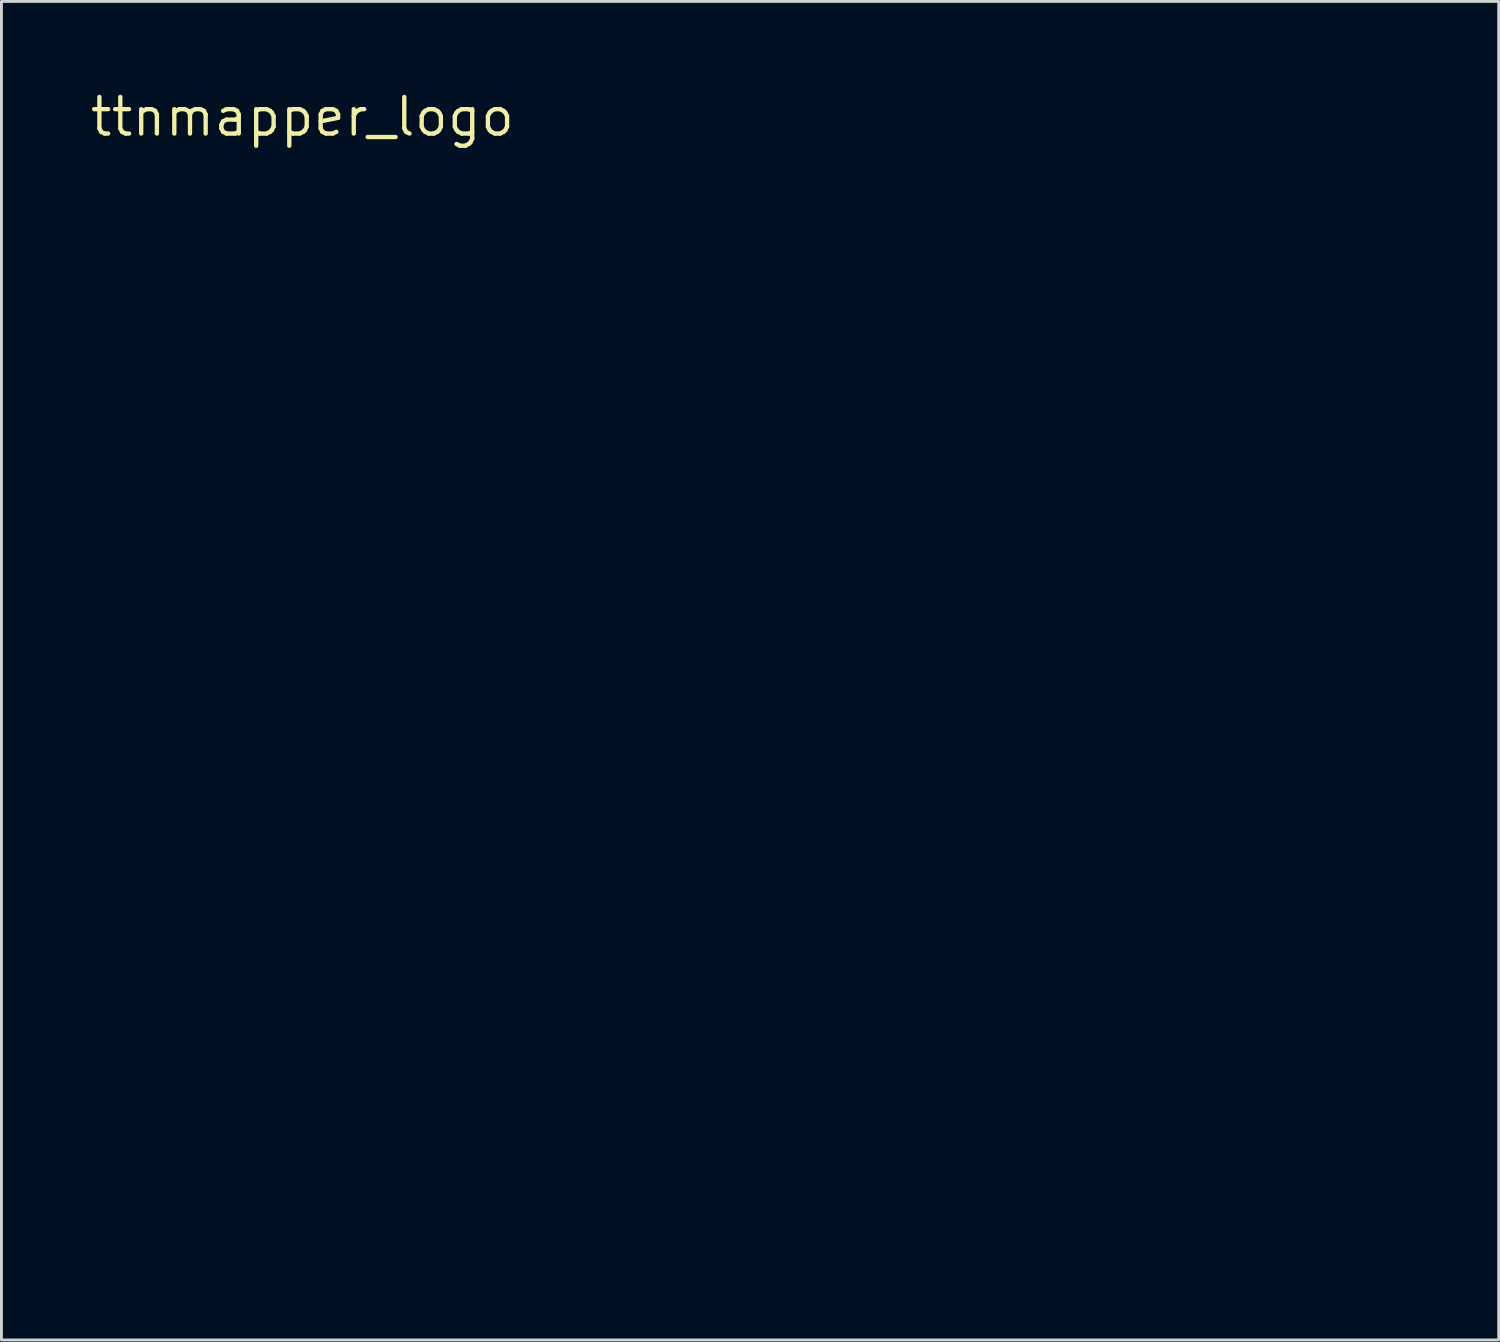
<source format=kicad_pcb>
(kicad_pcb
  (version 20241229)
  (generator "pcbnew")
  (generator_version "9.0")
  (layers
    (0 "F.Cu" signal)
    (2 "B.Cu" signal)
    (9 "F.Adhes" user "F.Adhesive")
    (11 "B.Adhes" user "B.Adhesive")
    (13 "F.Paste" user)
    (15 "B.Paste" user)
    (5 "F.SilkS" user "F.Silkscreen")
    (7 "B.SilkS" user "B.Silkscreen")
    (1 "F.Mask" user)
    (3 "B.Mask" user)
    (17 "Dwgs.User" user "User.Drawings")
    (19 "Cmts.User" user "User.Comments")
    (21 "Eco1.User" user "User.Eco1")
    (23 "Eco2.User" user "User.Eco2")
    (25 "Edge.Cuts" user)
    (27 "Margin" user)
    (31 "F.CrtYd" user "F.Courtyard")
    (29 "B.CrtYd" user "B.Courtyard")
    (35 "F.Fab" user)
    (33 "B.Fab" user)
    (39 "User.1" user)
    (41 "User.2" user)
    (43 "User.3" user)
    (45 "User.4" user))
  (footprint "ttnmapper_logo"
    (layer "F.Cu")
    (at 7.446 1.006)
    (property "Reference" "ttnmapper_logo" (at 0 0 0) (layer "F.SilkS") (effects (font (size 1.27 1.27) (thickness 0.15))))
    (attr through_hole)
    (fp_poly (pts (xy 4.953 35.348) (xy 3.683 35.348) (xy 3.683 38.354) (xy 2.455 38.354) (xy 2.455 35.348) (xy 1.185 35.348) (xy 1.185 34.375) (xy 4.953 34.375) (xy 4.953 35.348)) (stroke (width 0.01) (type solid)) (fill yes) (layer "F.Mask"))
    (fp_poly (pts (xy 8.975 35.348) (xy 7.705 35.348) (xy 7.705 38.354) (xy 6.477 38.354) (xy 6.477 35.348) (xy 5.207 35.348) (xy 5.207 34.375) (xy 8.975 34.375) (xy 8.975 35.348)) (stroke (width 0.01) (type solid)) (fill yes) (layer "F.Mask"))
    (fp_poly (pts (xy 11.438 35.452) (xy 12.171 36.529) (xy 12.193 34.375) (xy 13.377 34.375) (xy 13.377 38.354) (xy 12.197 38.354) (xy 11.464 37.279) (xy 10.732 36.203) (xy 10.72 37.279) (xy 10.709 38.354) (xy 9.525 38.354) (xy 9.525 34.375) (xy 10.706 34.375) (xy 11.438 35.452)) (stroke (width 0.01) (type solid)) (fill yes) (layer "F.Mask"))
    (fp_poly (pts (xy 38.247 35.44) (xy 38.287 35.451) (xy 38.414 35.493) (xy 38.5 35.53) (xy 38.524 35.551) (xy 38.509 35.601) (xy 38.468 35.71) (xy 38.408 35.859) (xy 38.37 35.951) (xy 38.216 36.321) (xy 37.995 36.295) (xy 37.804 36.29) (xy 37.668 36.334) (xy 37.565 36.438) (xy 37.494 36.569) (xy 37.462 36.649) (xy 37.438 36.736) (xy 37.42 36.845) (xy 37.407 36.99) (xy 37.398 37.185) (xy 37.391 37.444) (xy 37.388 37.56) (xy 37.371 38.354) (xy 36.28 38.354) (xy 36.28 35.475) (xy 37.296 35.475) (xy 37.296 35.911) (xy 37.422 35.737) (xy 37.593 35.548) (xy 37.78 35.437) (xy 37.995 35.403) (xy 38.247 35.44)) (stroke (width 0.01) (type solid)) (fill yes) (layer "F.Mask"))
    (fp_poly (pts (xy 17.967 35.507) (xy 18.044 35.806) (xy 18.115 36.079) (xy 18.178 36.315) (xy 18.229 36.504) (xy 18.265 36.633) (xy 18.284 36.692) (xy 18.285 36.694) (xy 18.303 36.669) (xy 18.338 36.573) (xy 18.387 36.415) (xy 18.447 36.205) (xy 18.516 35.953) (xy 18.582 35.699) (xy 18.658 35.406) (xy 18.728 35.133) (xy 18.789 34.894) (xy 18.839 34.701) (xy 18.874 34.568) (xy 18.889 34.512) (xy 18.927 34.375) (xy 20.532 34.375) (xy 20.532 38.354) (xy 19.517 38.354) (xy 19.494 35.471) (xy 19.166 36.754) (xy 19.083 37.078) (xy 19.005 37.382) (xy 18.934 37.656) (xy 18.875 37.886) (xy 18.829 38.062) (xy 18.8 38.172) (xy 18.794 38.195) (xy 18.75 38.354) (xy 17.835 38.354) (xy 17.458 36.873) (xy 17.081 35.392) (xy 17.059 38.354) (xy 16.044 38.354) (xy 16.044 34.375) (xy 17.677 34.375) (xy 17.967 35.507)) (stroke (width 0.01) (type solid)) (fill yes) (layer "F.Mask"))
    (fp_poly (pts (xy 27.344 35.445) (xy 27.6 35.557) (xy 27.822 35.735) (xy 27.899 35.826) (xy 28 35.979) (xy 28.091 36.147) (xy 28.125 36.225) (xy 28.18 36.43) (xy 28.215 36.686) (xy 28.229 36.963) (xy 28.221 37.229) (xy 28.193 37.428) (xy 28.089 37.735) (xy 27.927 37.992) (xy 27.717 38.193) (xy 27.469 38.334) (xy 27.194 38.41) (xy 26.905 38.417) (xy 26.61 38.349) (xy 26.363 38.228) (xy 26.162 38.103) (xy 26.162 39.455) (xy 25.061 39.455) (xy 25.061 36.937) (xy 26.165 36.937) (xy 26.196 37.183) (xy 26.206 37.219) (xy 26.286 37.384) (xy 26.413 37.507) (xy 26.566 37.579) (xy 26.728 37.593) (xy 26.878 37.543) (xy 26.944 37.492) (xy 27.046 37.339) (xy 27.109 37.142) (xy 27.132 36.922) (xy 27.117 36.702) (xy 27.063 36.506) (xy 26.97 36.354) (xy 26.932 36.319) (xy 26.783 36.25) (xy 26.609 36.238) (xy 26.444 36.283) (xy 26.362 36.338) (xy 26.252 36.493) (xy 26.185 36.7) (xy 26.165 36.937) (xy 25.061 36.937) (xy 25.061 35.475) (xy 26.077 35.475) (xy 26.077 35.666) (xy 26.08 35.779) (xy 26.087 35.848) (xy 26.091 35.856) (xy 26.127 35.83) (xy 26.207 35.762) (xy 26.29 35.686) (xy 26.528 35.52) (xy 26.793 35.426) (xy 27.07 35.401) (xy 27.344 35.445)) (stroke (width 0.01) (type solid)) (fill yes) (layer "F.Mask"))
    (fp_poly (pts (xy 31.09 35.451) (xy 31.348 35.564) (xy 31.565 35.745) (xy 31.747 35.998) (xy 31.803 36.103) (xy 31.859 36.221) (xy 31.897 36.319) (xy 31.921 36.417) (xy 31.934 36.536) (xy 31.939 36.697) (xy 31.94 36.92) (xy 31.941 36.939) (xy 31.94 37.166) (xy 31.935 37.33) (xy 31.924 37.449) (xy 31.901 37.546) (xy 31.863 37.641) (xy 31.807 37.754) (xy 31.792 37.783) (xy 31.619 38.047) (xy 31.402 38.238) (xy 31.138 38.363) (xy 31.007 38.397) (xy 30.735 38.422) (xy 30.465 38.389) (xy 30.22 38.306) (xy 30.026 38.176) (xy 30.025 38.175) (xy 29.93 38.085) (xy 29.93 39.455) (xy 28.787 39.455) (xy 28.787 36.854) (xy 29.923 36.854) (xy 29.93 37.049) (xy 29.955 37.223) (xy 29.99 37.332) (xy 30.103 37.472) (xy 30.256 37.56) (xy 30.427 37.59) (xy 30.591 37.554) (xy 30.644 37.523) (xy 30.761 37.391) (xy 30.834 37.191) (xy 30.861 36.931) (xy 30.861 36.915) (xy 30.836 36.645) (xy 30.763 36.443) (xy 30.642 36.308) (xy 30.475 36.244) (xy 30.392 36.237) (xy 30.216 36.276) (xy 30.065 36.38) (xy 29.966 36.528) (xy 29.965 36.529) (xy 29.934 36.669) (xy 29.923 36.854) (xy 28.787 36.854) (xy 28.787 35.475) (xy 29.845 35.475) (xy 29.845 35.874) (xy 30.004 35.721) (xy 30.254 35.532) (xy 30.522 35.426) (xy 30.81 35.402) (xy 31.09 35.451)) (stroke (width 0.01) (type solid)) (fill yes) (layer "F.Mask"))
    (fp_poly (pts (xy 34.385 35.421) (xy 34.763 35.506) (xy 35.077 35.647) (xy 35.329 35.844) (xy 35.518 36.099) (xy 35.646 36.412) (xy 35.714 36.784) (xy 35.718 36.841) (xy 35.741 37.169) (xy 33.517 37.169) (xy 33.542 37.327) (xy 33.611 37.509) (xy 33.742 37.652) (xy 33.916 37.74) (xy 34.059 37.761) (xy 34.24 37.74) (xy 34.4 37.683) (xy 34.511 37.602) (xy 34.532 37.573) (xy 34.557 37.548) (xy 34.607 37.534) (xy 34.697 37.53) (xy 34.84 37.537) (xy 35.05 37.554) (xy 35.106 37.559) (xy 35.308 37.579) (xy 35.475 37.599) (xy 35.593 37.618) (xy 35.644 37.633) (xy 35.645 37.635) (xy 35.622 37.683) (xy 35.563 37.774) (xy 35.518 37.839) (xy 35.304 38.069) (xy 35.04 38.246) (xy 34.824 38.334) (xy 34.637 38.373) (xy 34.396 38.401) (xy 34.131 38.417) (xy 33.872 38.418) (xy 33.649 38.404) (xy 33.575 38.394) (xy 33.237 38.298) (xy 32.954 38.141) (xy 32.723 37.918) (xy 32.536 37.624) (xy 32.529 37.609) (xy 32.473 37.487) (xy 32.437 37.381) (xy 32.417 37.264) (xy 32.409 37.113) (xy 32.407 36.915) (xy 32.418 36.628) (xy 32.427 36.574) (xy 33.528 36.574) (xy 33.532 36.61) (xy 33.555 36.634) (xy 33.609 36.649) (xy 33.709 36.657) (xy 33.868 36.66) (xy 34.057 36.661) (xy 34.277 36.66) (xy 34.425 36.656) (xy 34.517 36.647) (xy 34.565 36.631) (xy 34.584 36.605) (xy 34.586 36.575) (xy 34.548 36.381) (xy 34.442 36.224) (xy 34.281 36.116) (xy 34.079 36.069) (xy 34.044 36.068) (xy 33.869 36.106) (xy 33.712 36.208) (xy 33.593 36.352) (xy 33.532 36.521) (xy 33.528 36.574) (xy 32.427 36.574) (xy 32.455 36.401) (xy 32.526 36.21) (xy 32.639 36.032) (xy 32.767 35.882) (xy 33.01 35.678) (xy 33.309 35.527) (xy 33.652 35.432) (xy 34.026 35.397) (xy 34.385 35.421)) (stroke (width 0.01) (type solid)) (fill yes) (layer "F.Mask"))
    (fp_poly (pts (xy 23.166 35.426) (xy 23.463 35.457) (xy 23.699 35.511) (xy 23.883 35.594) (xy 24.027 35.708) (xy 24.141 35.859) (xy 24.188 35.946) (xy 24.227 36.028) (xy 24.256 36.104) (xy 24.276 36.188) (xy 24.289 36.294) (xy 24.297 36.439) (xy 24.3 36.636) (xy 24.302 36.9) (xy 24.302 36.955) (xy 24.307 37.329) (xy 24.317 37.631) (xy 24.335 37.872) (xy 24.36 38.065) (xy 24.394 38.22) (xy 24.406 38.26) (xy 24.437 38.357) (xy 23.913 38.345) (xy 23.389 38.333) (xy 23.349 38.195) (xy 23.312 38.099) (xy 23.267 38.066) (xy 23.194 38.094) (xy 23.098 38.163) (xy 22.966 38.245) (xy 22.812 38.319) (xy 22.774 38.333) (xy 22.59 38.38) (xy 22.366 38.41) (xy 22.134 38.421) (xy 21.929 38.412) (xy 21.832 38.395) (xy 21.564 38.293) (xy 21.355 38.141) (xy 21.209 37.95) (xy 21.132 37.729) (xy 21.13 37.529) (xy 22.229 37.529) (xy 22.287 37.651) (xy 22.334 37.705) (xy 22.412 37.771) (xy 22.494 37.798) (xy 22.615 37.797) (xy 22.655 37.793) (xy 22.805 37.764) (xy 22.938 37.715) (xy 22.98 37.69) (xy 23.116 37.544) (xy 23.209 37.351) (xy 23.241 37.158) (xy 23.235 37.056) (xy 23.222 37.002) (xy 23.218 36.999) (xy 23.169 37.011) (xy 23.059 37.041) (xy 22.906 37.086) (xy 22.813 37.114) (xy 22.542 37.209) (xy 22.355 37.309) (xy 22.251 37.416) (xy 22.229 37.529) (xy 21.13 37.529) (xy 21.129 37.489) (xy 21.205 37.238) (xy 21.22 37.209) (xy 21.308 37.08) (xy 21.438 36.969) (xy 21.619 36.874) (xy 21.861 36.788) (xy 22.175 36.707) (xy 22.288 36.682) (xy 22.613 36.61) (xy 22.861 36.55) (xy 23.041 36.496) (xy 23.158 36.444) (xy 23.22 36.39) (xy 23.235 36.33) (xy 23.21 36.26) (xy 23.153 36.18) (xy 23.081 36.108) (xy 22.991 36.075) (xy 22.863 36.068) (xy 22.619 36.091) (xy 22.442 36.161) (xy 22.331 36.28) (xy 22.326 36.289) (xy 22.268 36.376) (xy 22.199 36.4) (xy 22.147 36.393) (xy 22.052 36.379) (xy 21.901 36.362) (xy 21.722 36.345) (xy 21.667 36.341) (xy 21.496 36.324) (xy 21.354 36.304) (xy 21.266 36.286) (xy 21.252 36.28) (xy 21.23 36.222) (xy 21.253 36.119) (xy 21.312 35.992) (xy 21.394 35.86) (xy 21.491 35.743) (xy 21.563 35.681) (xy 21.728 35.578) (xy 21.907 35.503) (xy 22.116 35.454) (xy 22.371 35.426) (xy 22.689 35.416) (xy 22.797 35.416) (xy 23.166 35.426)) (stroke (width 0.01) (type solid)) (fill yes) (layer "F.Mask")))
  (gr_rect
    (start -3 -3)
    (end 48.975 43.466)
    (stroke (width 0.1) (type default))
    (fill no)
    (layer "Edge.Cuts")))
</source>
